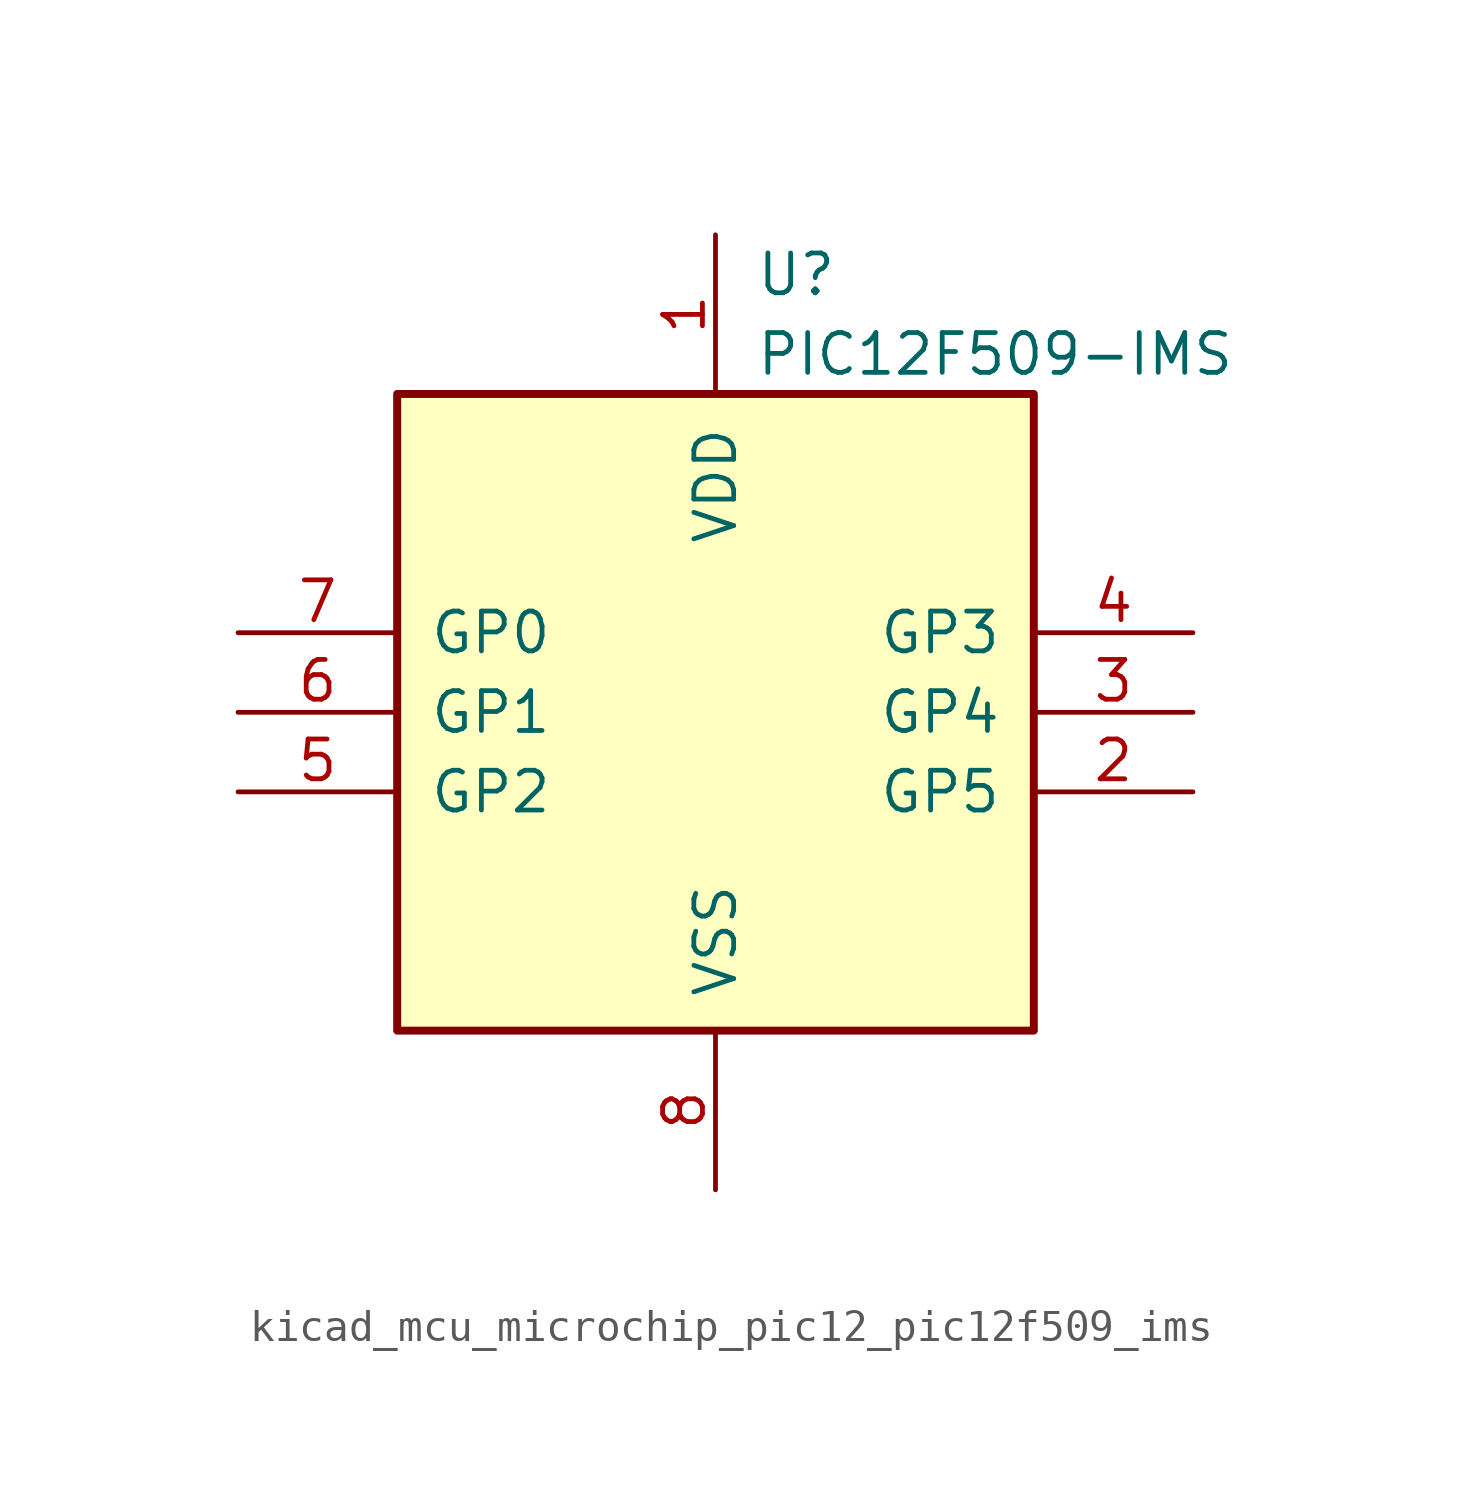
<source format=kicad_sym>
(kicad_symbol_lib
  (version 20220914)
  (generator kicad_symbol_editor)
  (symbol "kicad_mcu_microchip_pic12_pic12f509_ims"
    (pin_names
      (offset 1.016))
    (property "Reference" "U"
      (at 1.27 13.97 0)
      (effects (font (size 1.27 1.27)) (justify left)))
    (property "Value" "PIC12F509-IMS"
      (at 1.27 11.43 0)
      (effects (font (size 1.27 1.27)) (justify left)))
    (symbol "kicad_mcu_microchip_pic12_pic12f509_ims_0_1"
      (rectangle (start 10.16 -10.16) (end -10.16 10.16) (stroke (width 0.254) (type default)) (fill (type background))))
    (symbol "kicad_mcu_microchip_pic12_pic12f509_ims_1_1"
      (pin power_in line (at 0 15.24 270) (length 5.08) (name "VDD" (effects (font (size 1.27 1.27)))) (number "1" (effects (font (size 1.27 1.27)))))
      (pin bidirectional line (at 15.24 -2.54 180) (length 5.08) (name "GP5" (effects (font (size 1.27 1.27)))) (number "2" (effects (font (size 1.27 1.27)))))
      (pin bidirectional line (at 15.24 0 180) (length 5.08) (name "GP4" (effects (font (size 1.27 1.27)))) (number "3" (effects (font (size 1.27 1.27)))))
      (pin input line (at 15.24 2.54 180) (length 5.08) (name "GP3" (effects (font (size 1.27 1.27)))) (number "4" (effects (font (size 1.27 1.27)))))
      (pin bidirectional line (at -15.24 -2.54 0) (length 5.08) (name "GP2" (effects (font (size 1.27 1.27)))) (number "5" (effects (font (size 1.27 1.27)))))
      (pin bidirectional line (at -15.24 0 0) (length 5.08) (name "GP1" (effects (font (size 1.27 1.27)))) (number "6" (effects (font (size 1.27 1.27)))))
      (pin bidirectional line (at -15.24 2.54 0) (length 5.08) (name "GP0" (effects (font (size 1.27 1.27)))) (number "7" (effects (font (size 1.27 1.27)))))
      (pin power_in line (at 0 -15.24 90) (length 5.08) (name "VSS" (effects (font (size 1.27 1.27)))) (number "8" (effects (font (size 1.27 1.27))))))))
</source>
